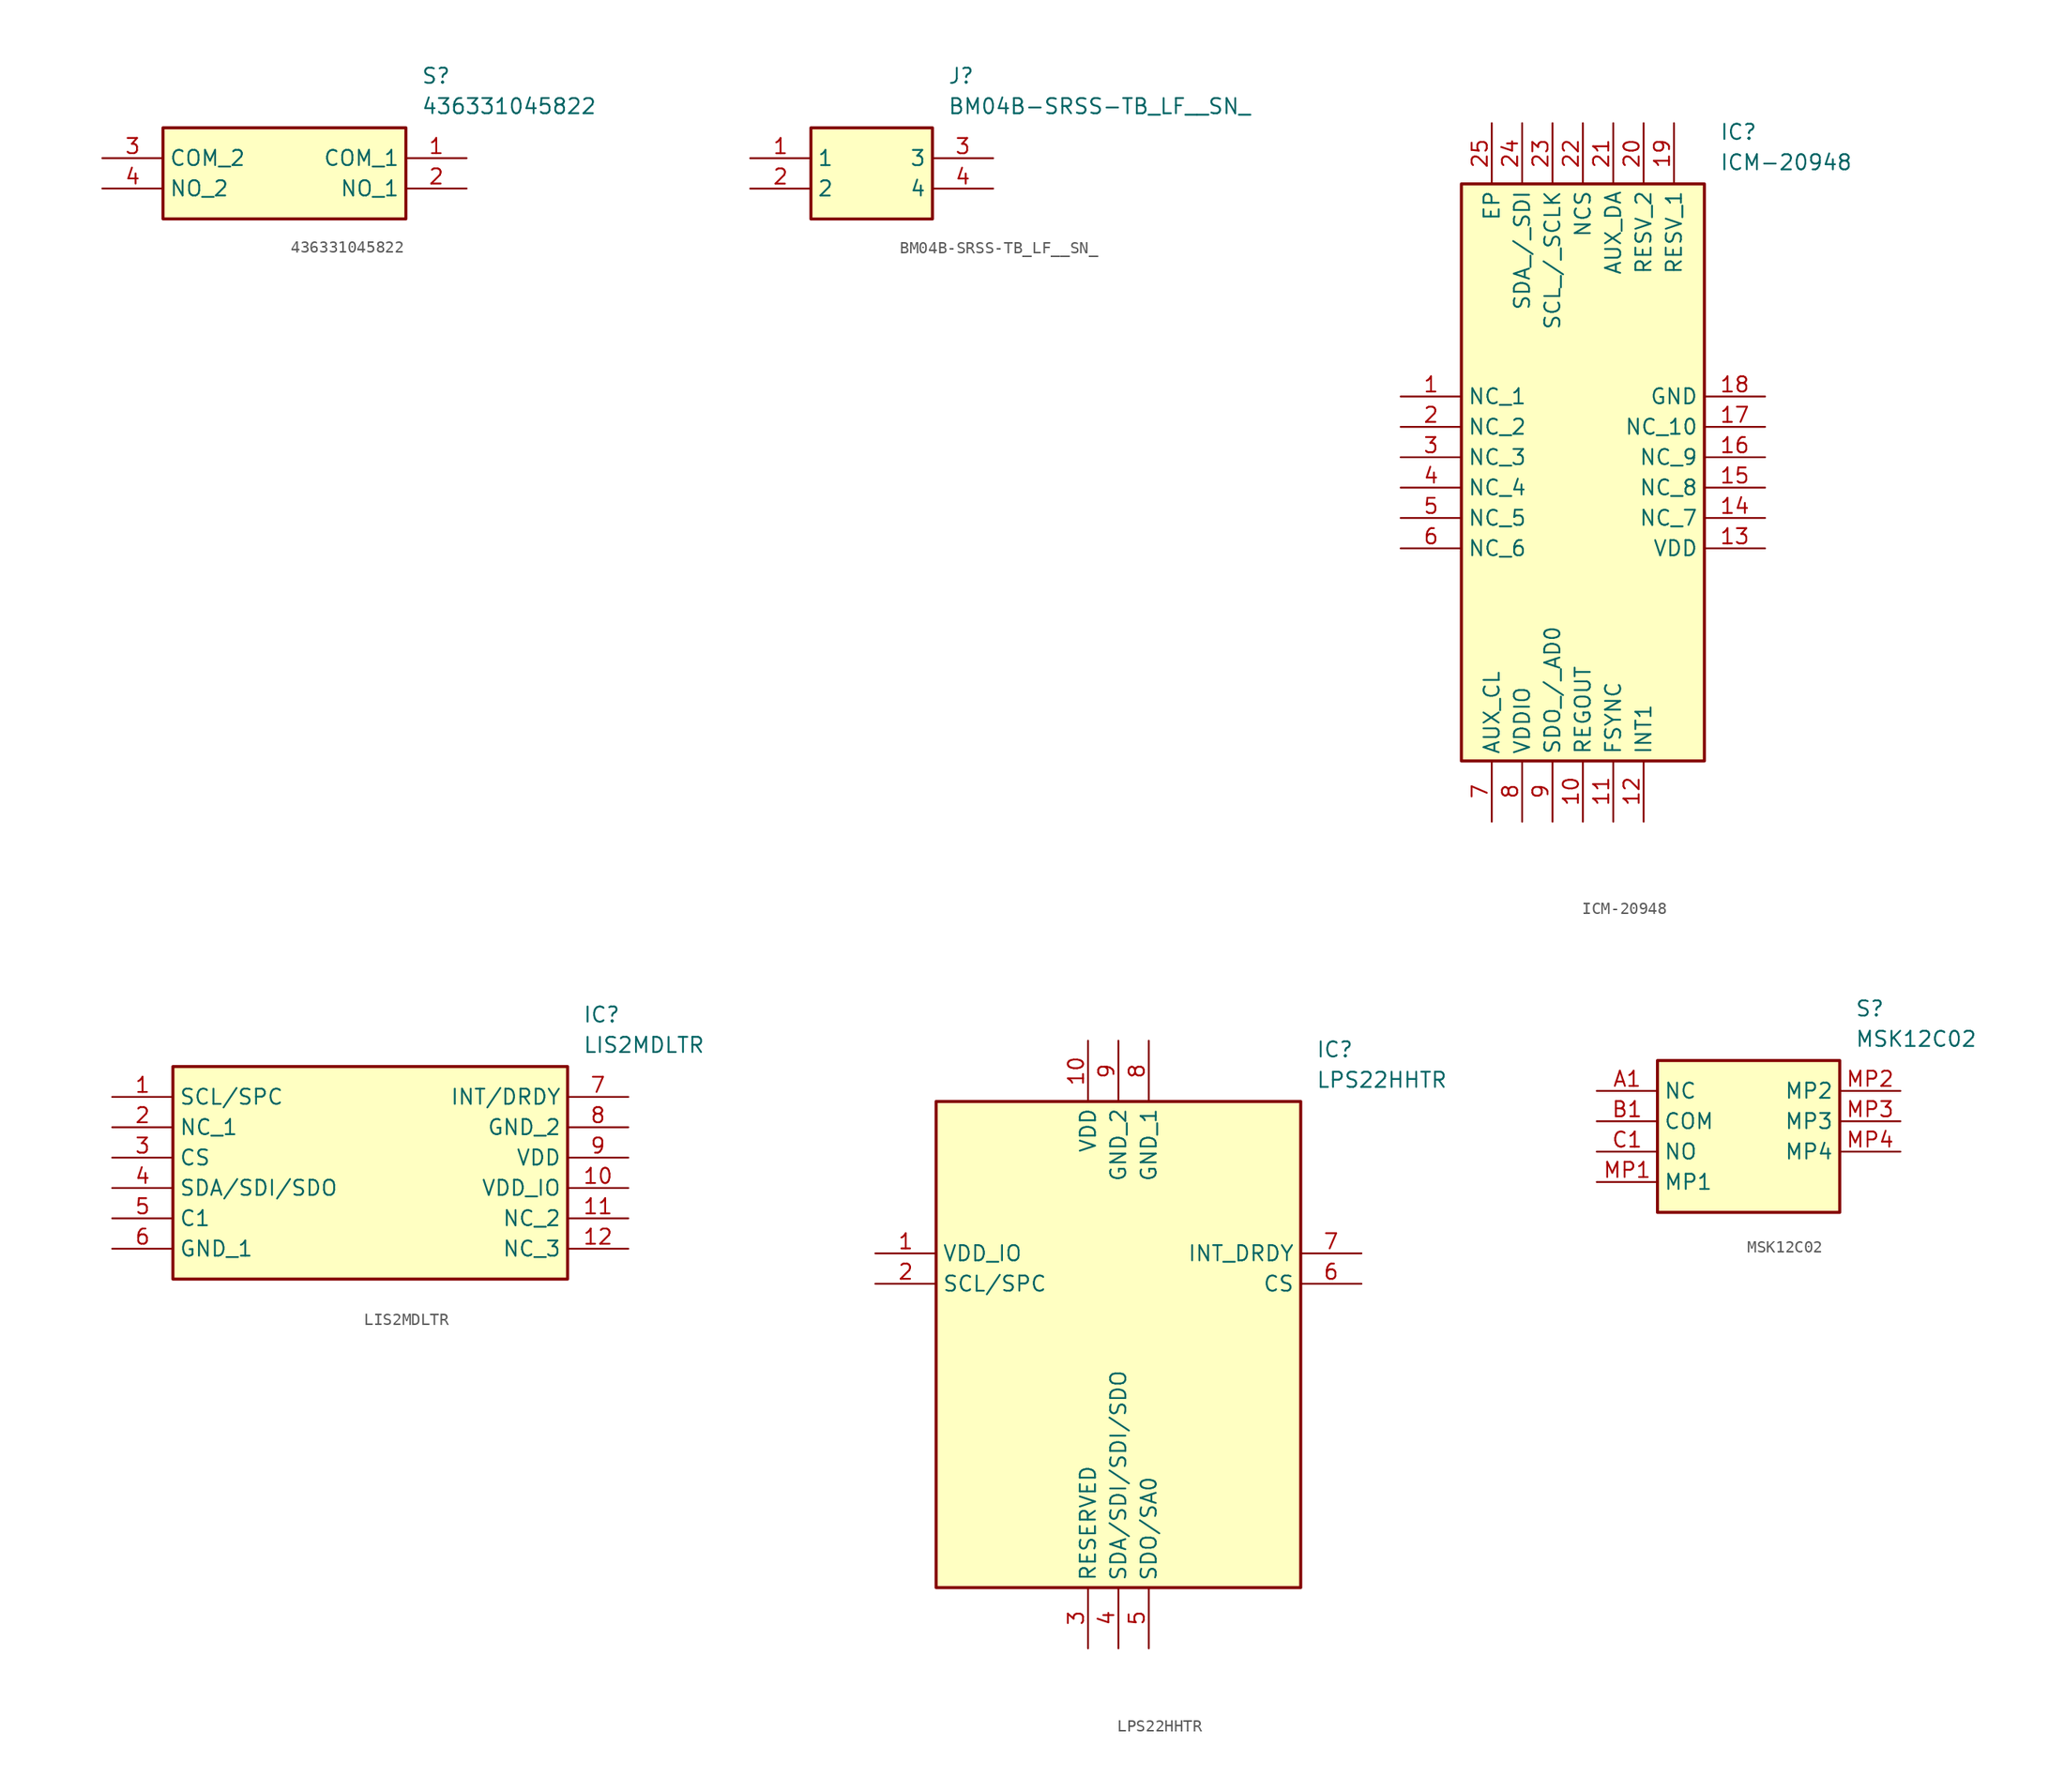
<source format=kicad_sym>
(kicad_symbol_lib
  (version 20231120)
  (generator "kicad_symbol_editor")
  (generator_version "8.0")
  (symbol "436331045822"
    (property "Reference" "S"
      (at 26.67 7.62 0)
      (effects (font (size 1.27 1.27)) (justify left top)))
    (property "Value" "436331045822"
      (at 26.67 5.08 0)
      (effects (font (size 1.27 1.27)) (justify left top)))
    (symbol "436331045822_1_1"
      (rectangle (start 5.08 2.54) (end 25.4 -5.08) (stroke (width 0.254) (type default)) (fill (type background)))
      (pin passive line (at 30.48 0 180) (length 5.08) (name "COM_1" (effects (font (size 1.27 1.27)))) (number "1" (effects (font (size 1.27 1.27)))))
      (pin passive line (at 30.48 -2.54 180) (length 5.08) (name "NO_1" (effects (font (size 1.27 1.27)))) (number "2" (effects (font (size 1.27 1.27)))))
      (pin passive line (at 0 0 0) (length 5.08) (name "COM_2" (effects (font (size 1.27 1.27)))) (number "3" (effects (font (size 1.27 1.27)))))
      (pin passive line (at 0 -2.54 0) (length 5.08) (name "NO_2" (effects (font (size 1.27 1.27)))) (number "4" (effects (font (size 1.27 1.27)))))))
  (symbol "BM04B-SRSS-TB_LF__SN_"
    (property "Reference" "J"
      (at 16.51 7.62 0)
      (effects (font (size 1.27 1.27)) (justify left top)))
    (property "Value" "BM04B-SRSS-TB_LF__SN_"
      (at 16.51 5.08 0)
      (effects (font (size 1.27 1.27)) (justify left top)))
    (symbol "BM04B-SRSS-TB_LF__SN__1_1"
      (rectangle (start 5.08 2.54) (end 15.24 -5.08) (stroke (width 0.254) (type default)) (fill (type background)))
      (pin passive line (at 0 0 0) (length 5.08) (name "1" (effects (font (size 1.27 1.27)))) (number "1" (effects (font (size 1.27 1.27)))))
      (pin passive line (at 0 -2.54 0) (length 5.08) (name "2" (effects (font (size 1.27 1.27)))) (number "2" (effects (font (size 1.27 1.27)))))
      (pin passive line (at 20.32 0 180) (length 5.08) (name "3" (effects (font (size 1.27 1.27)))) (number "3" (effects (font (size 1.27 1.27)))))
      (pin passive line (at 20.32 -2.54 180) (length 5.08) (name "4" (effects (font (size 1.27 1.27)))) (number "4" (effects (font (size 1.27 1.27)))))))
  (symbol "ICM-20948"
    (property "Reference" "IC"
      (at 26.67 22.86 0)
      (effects (font (size 1.27 1.27)) (justify left top)))
    (property "Value" "ICM-20948"
      (at 26.67 20.32 0)
      (effects (font (size 1.27 1.27)) (justify left top)))
    (symbol "ICM-20948_1_1"
      (rectangle (start 5.08 17.78) (end 25.4 -30.48) (stroke (width 0.254) (type default)) (fill (type background)))
      (pin passive line (at 0 0 0) (length 5.08) (name "NC_1" (effects (font (size 1.27 1.27)))) (number "1" (effects (font (size 1.27 1.27)))))
      (pin passive line (at 15.24 -35.56 90) (length 5.08) (name "REGOUT" (effects (font (size 1.27 1.27)))) (number "10" (effects (font (size 1.27 1.27)))))
      (pin passive line (at 17.78 -35.56 90) (length 5.08) (name "FSYNC" (effects (font (size 1.27 1.27)))) (number "11" (effects (font (size 1.27 1.27)))))
      (pin passive line (at 20.32 -35.56 90) (length 5.08) (name "INT1" (effects (font (size 1.27 1.27)))) (number "12" (effects (font (size 1.27 1.27)))))
      (pin passive line (at 30.48 -12.7 180) (length 5.08) (name "VDD" (effects (font (size 1.27 1.27)))) (number "13" (effects (font (size 1.27 1.27)))))
      (pin passive line (at 30.48 -10.16 180) (length 5.08) (name "NC_7" (effects (font (size 1.27 1.27)))) (number "14" (effects (font (size 1.27 1.27)))))
      (pin passive line (at 30.48 -7.62 180) (length 5.08) (name "NC_8" (effects (font (size 1.27 1.27)))) (number "15" (effects (font (size 1.27 1.27)))))
      (pin passive line (at 30.48 -5.08 180) (length 5.08) (name "NC_9" (effects (font (size 1.27 1.27)))) (number "16" (effects (font (size 1.27 1.27)))))
      (pin passive line (at 30.48 -2.54 180) (length 5.08) (name "NC_10" (effects (font (size 1.27 1.27)))) (number "17" (effects (font (size 1.27 1.27)))))
      (pin passive line (at 30.48 0 180) (length 5.08) (name "GND" (effects (font (size 1.27 1.27)))) (number "18" (effects (font (size 1.27 1.27)))))
      (pin passive line (at 22.86 22.86 270) (length 5.08) (name "RESV_1" (effects (font (size 1.27 1.27)))) (number "19" (effects (font (size 1.27 1.27)))))
      (pin passive line (at 0 -2.54 0) (length 5.08) (name "NC_2" (effects (font (size 1.27 1.27)))) (number "2" (effects (font (size 1.27 1.27)))))
      (pin passive line (at 20.32 22.86 270) (length 5.08) (name "RESV_2" (effects (font (size 1.27 1.27)))) (number "20" (effects (font (size 1.27 1.27)))))
      (pin passive line (at 17.78 22.86 270) (length 5.08) (name "AUX_DA" (effects (font (size 1.27 1.27)))) (number "21" (effects (font (size 1.27 1.27)))))
      (pin passive line (at 15.24 22.86 270) (length 5.08) (name "NCS" (effects (font (size 1.27 1.27)))) (number "22" (effects (font (size 1.27 1.27)))))
      (pin passive line (at 12.7 22.86 270) (length 5.08) (name "SCL_/_SCLK" (effects (font (size 1.27 1.27)))) (number "23" (effects (font (size 1.27 1.27)))))
      (pin passive line (at 10.16 22.86 270) (length 5.08) (name "SDA_/_SDI" (effects (font (size 1.27 1.27)))) (number "24" (effects (font (size 1.27 1.27)))))
      (pin passive line (at 7.62 22.86 270) (length 5.08) (name "EP" (effects (font (size 1.27 1.27)))) (number "25" (effects (font (size 1.27 1.27)))))
      (pin passive line (at 0 -5.08 0) (length 5.08) (name "NC_3" (effects (font (size 1.27 1.27)))) (number "3" (effects (font (size 1.27 1.27)))))
      (pin passive line (at 0 -7.62 0) (length 5.08) (name "NC_4" (effects (font (size 1.27 1.27)))) (number "4" (effects (font (size 1.27 1.27)))))
      (pin passive line (at 0 -10.16 0) (length 5.08) (name "NC_5" (effects (font (size 1.27 1.27)))) (number "5" (effects (font (size 1.27 1.27)))))
      (pin passive line (at 0 -12.7 0) (length 5.08) (name "NC_6" (effects (font (size 1.27 1.27)))) (number "6" (effects (font (size 1.27 1.27)))))
      (pin passive line (at 7.62 -35.56 90) (length 5.08) (name "AUX_CL" (effects (font (size 1.27 1.27)))) (number "7" (effects (font (size 1.27 1.27)))))
      (pin passive line (at 10.16 -35.56 90) (length 5.08) (name "VDDIO" (effects (font (size 1.27 1.27)))) (number "8" (effects (font (size 1.27 1.27)))))
      (pin passive line (at 12.7 -35.56 90) (length 5.08) (name "SDO_/_AD0" (effects (font (size 1.27 1.27)))) (number "9" (effects (font (size 1.27 1.27)))))))
  (symbol "LIS2MDLTR"
    (property "Reference" "IC"
      (at 39.37 7.62 0)
      (effects (font (size 1.27 1.27)) (justify left top)))
    (property "Value" "LIS2MDLTR"
      (at 39.37 5.08 0)
      (effects (font (size 1.27 1.27)) (justify left top)))
    (symbol "LIS2MDLTR_1_1"
      (rectangle (start 5.08 2.54) (end 38.1 -15.24) (stroke (width 0.254) (type default)) (fill (type background)))
      (pin passive line (at 0 0 0) (length 5.08) (name "SCL/SPC" (effects (font (size 1.27 1.27)))) (number "1" (effects (font (size 1.27 1.27)))))
      (pin passive line (at 43.18 -7.62 180) (length 5.08) (name "VDD_IO" (effects (font (size 1.27 1.27)))) (number "10" (effects (font (size 1.27 1.27)))))
      (pin passive line (at 43.18 -10.16 180) (length 5.08) (name "NC_2" (effects (font (size 1.27 1.27)))) (number "11" (effects (font (size 1.27 1.27)))))
      (pin passive line (at 43.18 -12.7 180) (length 5.08) (name "NC_3" (effects (font (size 1.27 1.27)))) (number "12" (effects (font (size 1.27 1.27)))))
      (pin passive line (at 0 -2.54 0) (length 5.08) (name "NC_1" (effects (font (size 1.27 1.27)))) (number "2" (effects (font (size 1.27 1.27)))))
      (pin passive line (at 0 -5.08 0) (length 5.08) (name "CS" (effects (font (size 1.27 1.27)))) (number "3" (effects (font (size 1.27 1.27)))))
      (pin passive line (at 0 -7.62 0) (length 5.08) (name "SDA/SDI/SDO" (effects (font (size 1.27 1.27)))) (number "4" (effects (font (size 1.27 1.27)))))
      (pin passive line (at 0 -10.16 0) (length 5.08) (name "C1" (effects (font (size 1.27 1.27)))) (number "5" (effects (font (size 1.27 1.27)))))
      (pin passive line (at 0 -12.7 0) (length 5.08) (name "GND_1" (effects (font (size 1.27 1.27)))) (number "6" (effects (font (size 1.27 1.27)))))
      (pin passive line (at 43.18 0 180) (length 5.08) (name "INT/DRDY" (effects (font (size 1.27 1.27)))) (number "7" (effects (font (size 1.27 1.27)))))
      (pin passive line (at 43.18 -2.54 180) (length 5.08) (name "GND_2" (effects (font (size 1.27 1.27)))) (number "8" (effects (font (size 1.27 1.27)))))
      (pin passive line (at 43.18 -5.08 180) (length 5.08) (name "VDD" (effects (font (size 1.27 1.27)))) (number "9" (effects (font (size 1.27 1.27)))))))
  (symbol "LPS22HHTR"
    (property "Reference" "IC"
      (at 36.83 17.78 0)
      (effects (font (size 1.27 1.27)) (justify left top)))
    (property "Value" "LPS22HHTR"
      (at 36.83 15.24 0)
      (effects (font (size 1.27 1.27)) (justify left top)))
    (symbol "LPS22HHTR_1_1"
      (rectangle (start 5.08 12.7) (end 35.56 -27.94) (stroke (width 0.254) (type default)) (fill (type background)))
      (pin passive line (at 0 0 0) (length 5.08) (name "VDD_IO" (effects (font (size 1.27 1.27)))) (number "1" (effects (font (size 1.27 1.27)))))
      (pin passive line (at 17.78 17.78 270) (length 5.08) (name "VDD" (effects (font (size 1.27 1.27)))) (number "10" (effects (font (size 1.27 1.27)))))
      (pin passive line (at 0 -2.54 0) (length 5.08) (name "SCL/SPC" (effects (font (size 1.27 1.27)))) (number "2" (effects (font (size 1.27 1.27)))))
      (pin passive line (at 17.78 -33.02 90) (length 5.08) (name "RESERVED" (effects (font (size 1.27 1.27)))) (number "3" (effects (font (size 1.27 1.27)))))
      (pin passive line (at 20.32 -33.02 90) (length 5.08) (name "SDA/SDI/SDI/SDO" (effects (font (size 1.27 1.27)))) (number "4" (effects (font (size 1.27 1.27)))))
      (pin passive line (at 22.86 -33.02 90) (length 5.08) (name "SDO/SA0" (effects (font (size 1.27 1.27)))) (number "5" (effects (font (size 1.27 1.27)))))
      (pin passive line (at 40.64 -2.54 180) (length 5.08) (name "CS" (effects (font (size 1.27 1.27)))) (number "6" (effects (font (size 1.27 1.27)))))
      (pin passive line (at 40.64 0 180) (length 5.08) (name "INT_DRDY" (effects (font (size 1.27 1.27)))) (number "7" (effects (font (size 1.27 1.27)))))
      (pin passive line (at 22.86 17.78 270) (length 5.08) (name "GND_1" (effects (font (size 1.27 1.27)))) (number "8" (effects (font (size 1.27 1.27)))))
      (pin passive line (at 20.32 17.78 270) (length 5.08) (name "GND_2" (effects (font (size 1.27 1.27)))) (number "9" (effects (font (size 1.27 1.27)))))))
  (symbol "MSK12C02"
    (property "Reference" "S"
      (at 21.59 7.62 0)
      (effects (font (size 1.27 1.27)) (justify left top)))
    (property "Value" "MSK12C02"
      (at 21.59 5.08 0)
      (effects (font (size 1.27 1.27)) (justify left top)))
    (symbol "MSK12C02_1_1"
      (rectangle (start 5.08 2.54) (end 20.32 -10.16) (stroke (width 0.254) (type default)) (fill (type background)))
      (pin bidirectional line (at 0 0 0) (length 5.08) (name "NC" (effects (font (size 1.27 1.27)))) (number "A1" (effects (font (size 1.27 1.27)))))
      (pin passive line (at 0 -2.54 0) (length 5.08) (name "COM" (effects (font (size 1.27 1.27)))) (number "B1" (effects (font (size 1.27 1.27)))))
      (pin passive line (at 0 -5.08 0) (length 5.08) (name "NO" (effects (font (size 1.27 1.27)))) (number "C1" (effects (font (size 1.27 1.27)))))
      (pin passive line (at 0 -7.62 0) (length 5.08) (name "MP1" (effects (font (size 1.27 1.27)))) (number "MP1" (effects (font (size 1.27 1.27)))))
      (pin passive line (at 25.4 0 180) (length 5.08) (name "MP2" (effects (font (size 1.27 1.27)))) (number "MP2" (effects (font (size 1.27 1.27)))))
      (pin passive line (at 25.4 -2.54 180) (length 5.08) (name "MP3" (effects (font (size 1.27 1.27)))) (number "MP3" (effects (font (size 1.27 1.27)))))
      (pin passive line (at 25.4 -5.08 180) (length 5.08) (name "MP4" (effects (font (size 1.27 1.27)))) (number "MP4" (effects (font (size 1.27 1.27))))))))
</source>
